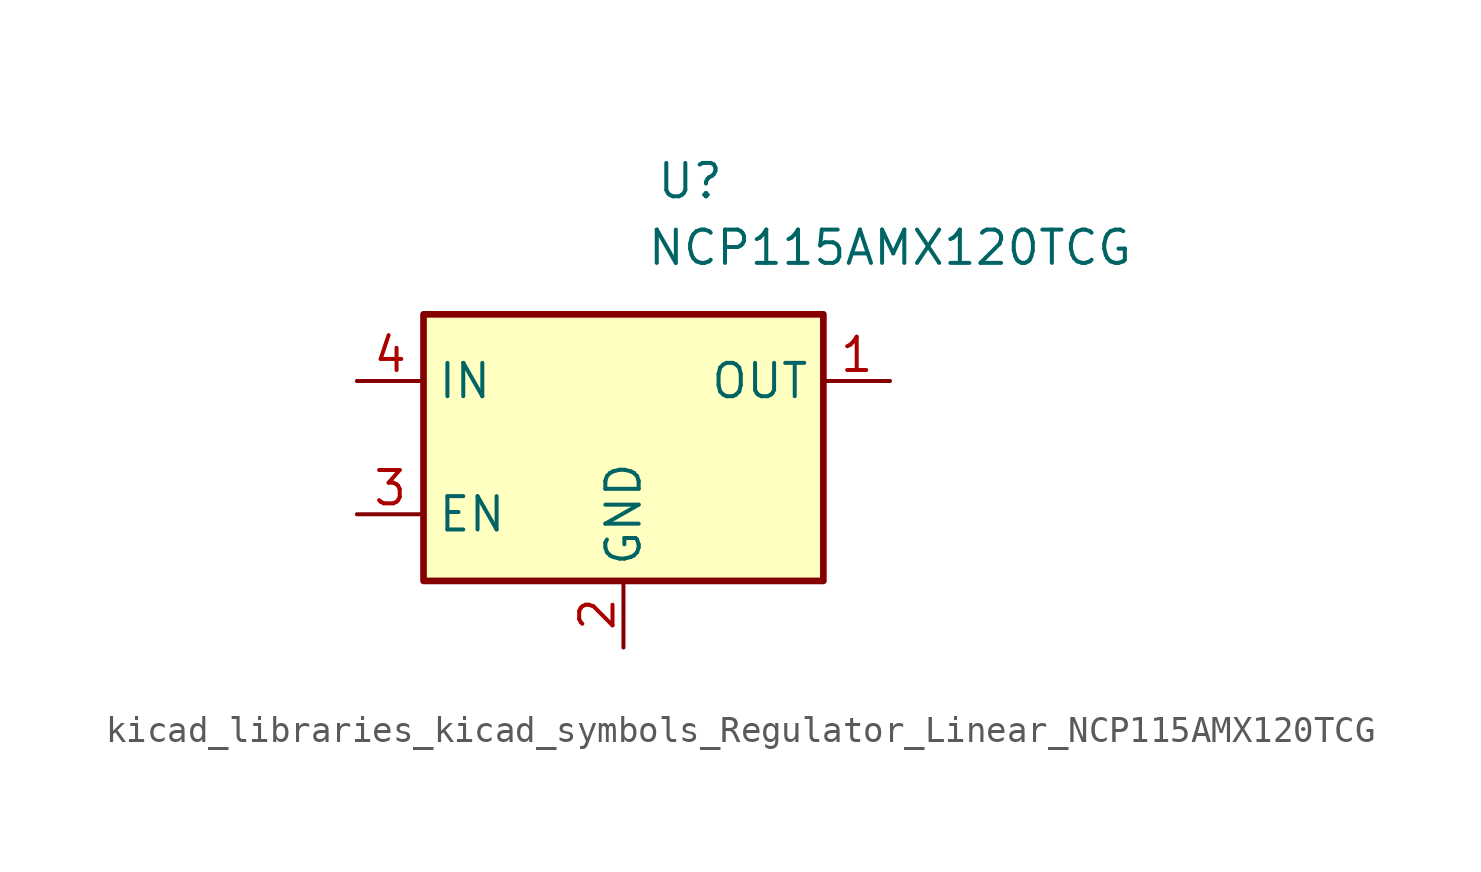
<source format=kicad_sym>
(kicad_symbol_lib
  (version 20220914)
  (generator kicad_symbol_editor)
  (symbol "kicad_libraries_kicad_symbols_Regulator_Linear_NCP115AMX120TCG"
    (property "Reference" "U"
      (at 2.54 10.16 0)
      (effects (font (size 1.27 1.27))))
    (property "Value" "NCP115AMX120TCG"
      (at 10.16 7.62 0)
      (effects (font (size 1.27 1.27))))
    (symbol "kicad_libraries_kicad_symbols_Regulator_Linear_NCP115AMX120TCG_0_1"
      (rectangle (start -7.62 5.08) (end 7.62 -5.08) (stroke (width 0.254) (type default)) (fill (type background))))
    (symbol "kicad_libraries_kicad_symbols_Regulator_Linear_NCP115AMX120TCG_1_1"
      (pin power_out line (at 10.16 2.54 180) (length 2.54) (name "OUT" (effects (font (size 1.27 1.27)))) (number "1" (effects (font (size 1.27 1.27)))))
      (pin power_in line (at 0 -7.62 90) (length 2.54) (name "GND" (effects (font (size 1.27 1.27)))) (number "2" (effects (font (size 1.27 1.27)))))
      (pin input line (at -10.16 -2.54 0) (length 2.54) (name "EN" (effects (font (size 1.27 1.27)))) (number "3" (effects (font (size 1.27 1.27)))))
      (pin power_in line (at -10.16 2.54 0) (length 2.54) (name "IN" (effects (font (size 1.27 1.27)))) (number "4" (effects (font (size 1.27 1.27)))))
      (pin passive line (at 0 -7.62 90) (length 2.54) hide (name "GND" (effects (font (size 1.27 1.27)))) (number "5" (effects (font (size 1.27 1.27))))))))
</source>
